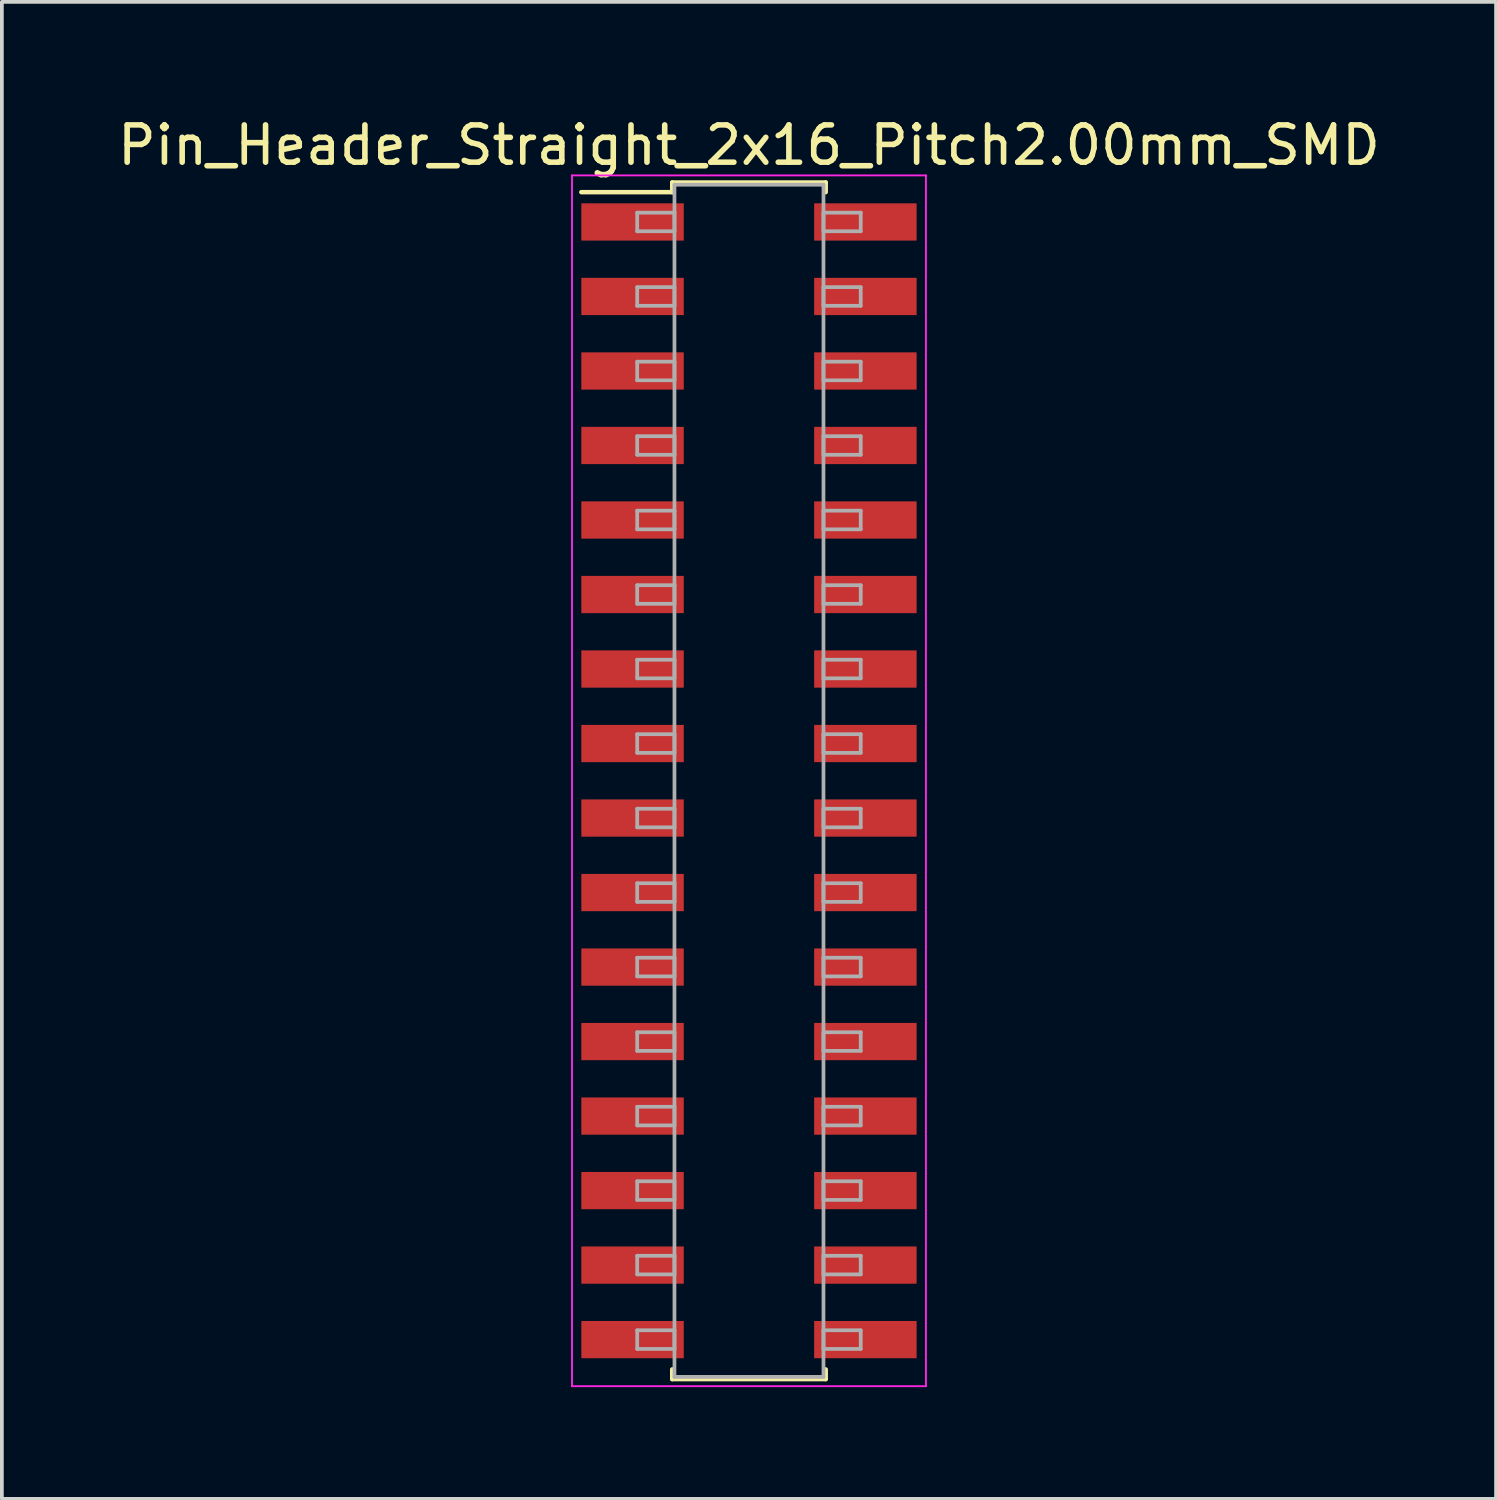
<source format=kicad_pcb>
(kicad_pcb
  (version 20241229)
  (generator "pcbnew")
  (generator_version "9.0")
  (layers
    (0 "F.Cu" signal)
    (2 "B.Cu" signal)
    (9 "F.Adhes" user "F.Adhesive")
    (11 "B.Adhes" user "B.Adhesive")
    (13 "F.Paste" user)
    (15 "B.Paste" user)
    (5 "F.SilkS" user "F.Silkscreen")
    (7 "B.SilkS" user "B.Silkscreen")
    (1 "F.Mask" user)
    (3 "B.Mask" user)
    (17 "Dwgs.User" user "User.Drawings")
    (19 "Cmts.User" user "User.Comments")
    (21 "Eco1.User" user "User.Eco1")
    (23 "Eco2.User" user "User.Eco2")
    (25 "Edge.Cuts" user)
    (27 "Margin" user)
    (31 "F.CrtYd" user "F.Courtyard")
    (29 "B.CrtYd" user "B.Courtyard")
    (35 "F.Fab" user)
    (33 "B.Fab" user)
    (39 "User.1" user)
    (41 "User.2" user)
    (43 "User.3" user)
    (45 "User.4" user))
  (footprint "Pin_Header_Straight_2x16_Pitch2.00mm_SMD"
    (layer "F.Cu")
    (at 17.054 17.908)
    (property "Reference" "Pin_Header_Straight_2x16_Pitch2.00mm_SMD" (at 0 -17.06 0) (layer "F.SilkS") (effects (font (size 1 1) (thickness 0.15))))
    (attr smd)
    (fp_line (start -4.5 -15.8) (end -2.06 -15.8) (stroke (width 0.12) (type solid)) (layer "F.SilkS"))
    (fp_line (start -2.06 -16.06) (end 2.06 -16.06) (stroke (width 0.12) (type solid)) (layer "F.SilkS"))
    (fp_line (start -2.06 -15.8) (end -2.06 -16.06) (stroke (width 0.12) (type solid)) (layer "F.SilkS"))
    (fp_line (start -2.06 15.8) (end -2.06 16.06) (stroke (width 0.12) (type solid)) (layer "F.SilkS"))
    (fp_line (start -2.06 16.06) (end 2.06 16.06) (stroke (width 0.12) (type solid)) (layer "F.SilkS"))
    (fp_line (start 2.06 -16.06) (end 2.06 -15.8) (stroke (width 0.12) (type solid)) (layer "F.SilkS"))
    (fp_line (start 2.06 16.06) (end 2.06 15.8) (stroke (width 0.12) (type solid)) (layer "F.SilkS"))
    (fp_line (start -4.75 -16.25) (end -4.75 16.25) (stroke (width 0.05) (type solid)) (layer "F.CrtYd"))
    (fp_line (start -4.75 16.25) (end 4.75 16.25) (stroke (width 0.05) (type solid)) (layer "F.CrtYd"))
    (fp_line (start 4.75 -16.25) (end -4.75 -16.25) (stroke (width 0.05) (type solid)) (layer "F.CrtYd"))
    (fp_line (start 4.75 16.25) (end 4.75 -16.25) (stroke (width 0.05) (type solid)) (layer "F.CrtYd"))
    (fp_line (start -3 -15.25) (end -2 -15.25) (stroke (width 0.1) (type solid)) (layer "F.Fab"))
    (fp_line (start -3 -14.75) (end -3 -15.25) (stroke (width 0.1) (type solid)) (layer "F.Fab"))
    (fp_line (start -3 -13.25) (end -2 -13.25) (stroke (width 0.1) (type solid)) (layer "F.Fab"))
    (fp_line (start -3 -12.75) (end -3 -13.25) (stroke (width 0.1) (type solid)) (layer "F.Fab"))
    (fp_line (start -3 -11.25) (end -2 -11.25) (stroke (width 0.1) (type solid)) (layer "F.Fab"))
    (fp_line (start -3 -10.75) (end -3 -11.25) (stroke (width 0.1) (type solid)) (layer "F.Fab"))
    (fp_line (start -3 -9.25) (end -2 -9.25) (stroke (width 0.1) (type solid)) (layer "F.Fab"))
    (fp_line (start -3 -8.75) (end -3 -9.25) (stroke (width 0.1) (type solid)) (layer "F.Fab"))
    (fp_line (start -3 -7.25) (end -2 -7.25) (stroke (width 0.1) (type solid)) (layer "F.Fab"))
    (fp_line (start -3 -6.75) (end -3 -7.25) (stroke (width 0.1) (type solid)) (layer "F.Fab"))
    (fp_line (start -3 -5.25) (end -2 -5.25) (stroke (width 0.1) (type solid)) (layer "F.Fab"))
    (fp_line (start -3 -4.75) (end -3 -5.25) (stroke (width 0.1) (type solid)) (layer "F.Fab"))
    (fp_line (start -3 -3.25) (end -2 -3.25) (stroke (width 0.1) (type solid)) (layer "F.Fab"))
    (fp_line (start -3 -2.75) (end -3 -3.25) (stroke (width 0.1) (type solid)) (layer "F.Fab"))
    (fp_line (start -3 -1.25) (end -2 -1.25) (stroke (width 0.1) (type solid)) (layer "F.Fab"))
    (fp_line (start -3 -0.75) (end -3 -1.25) (stroke (width 0.1) (type solid)) (layer "F.Fab"))
    (fp_line (start -3 0.75) (end -2 0.75) (stroke (width 0.1) (type solid)) (layer "F.Fab"))
    (fp_line (start -3 1.25) (end -3 0.75) (stroke (width 0.1) (type solid)) (layer "F.Fab"))
    (fp_line (start -3 2.75) (end -2 2.75) (stroke (width 0.1) (type solid)) (layer "F.Fab"))
    (fp_line (start -3 3.25) (end -3 2.75) (stroke (width 0.1) (type solid)) (layer "F.Fab"))
    (fp_line (start -3 4.75) (end -2 4.75) (stroke (width 0.1) (type solid)) (layer "F.Fab"))
    (fp_line (start -3 5.25) (end -3 4.75) (stroke (width 0.1) (type solid)) (layer "F.Fab"))
    (fp_line (start -3 6.75) (end -2 6.75) (stroke (width 0.1) (type solid)) (layer "F.Fab"))
    (fp_line (start -3 7.25) (end -3 6.75) (stroke (width 0.1) (type solid)) (layer "F.Fab"))
    (fp_line (start -3 8.75) (end -2 8.75) (stroke (width 0.1) (type solid)) (layer "F.Fab"))
    (fp_line (start -3 9.25) (end -3 8.75) (stroke (width 0.1) (type solid)) (layer "F.Fab"))
    (fp_line (start -3 10.75) (end -2 10.75) (stroke (width 0.1) (type solid)) (layer "F.Fab"))
    (fp_line (start -3 11.25) (end -3 10.75) (stroke (width 0.1) (type solid)) (layer "F.Fab"))
    (fp_line (start -3 12.75) (end -2 12.75) (stroke (width 0.1) (type solid)) (layer "F.Fab"))
    (fp_line (start -3 13.25) (end -3 12.75) (stroke (width 0.1) (type solid)) (layer "F.Fab"))
    (fp_line (start -3 14.75) (end -2 14.75) (stroke (width 0.1) (type solid)) (layer "F.Fab"))
    (fp_line (start -3 15.25) (end -3 14.75) (stroke (width 0.1) (type solid)) (layer "F.Fab"))
    (fp_line (start -2 -16) (end -2 16) (stroke (width 0.1) (type solid)) (layer "F.Fab"))
    (fp_line (start -2 -15.25) (end -2 -14.75) (stroke (width 0.1) (type solid)) (layer "F.Fab"))
    (fp_line (start -2 -14.75) (end -3 -14.75) (stroke (width 0.1) (type solid)) (layer "F.Fab"))
    (fp_line (start -2 -13.25) (end -2 -12.75) (stroke (width 0.1) (type solid)) (layer "F.Fab"))
    (fp_line (start -2 -12.75) (end -3 -12.75) (stroke (width 0.1) (type solid)) (layer "F.Fab"))
    (fp_line (start -2 -11.25) (end -2 -10.75) (stroke (width 0.1) (type solid)) (layer "F.Fab"))
    (fp_line (start -2 -10.75) (end -3 -10.75) (stroke (width 0.1) (type solid)) (layer "F.Fab"))
    (fp_line (start -2 -9.25) (end -2 -8.75) (stroke (width 0.1) (type solid)) (layer "F.Fab"))
    (fp_line (start -2 -8.75) (end -3 -8.75) (stroke (width 0.1) (type solid)) (layer "F.Fab"))
    (fp_line (start -2 -7.25) (end -2 -6.75) (stroke (width 0.1) (type solid)) (layer "F.Fab"))
    (fp_line (start -2 -6.75) (end -3 -6.75) (stroke (width 0.1) (type solid)) (layer "F.Fab"))
    (fp_line (start -2 -5.25) (end -2 -4.75) (stroke (width 0.1) (type solid)) (layer "F.Fab"))
    (fp_line (start -2 -4.75) (end -3 -4.75) (stroke (width 0.1) (type solid)) (layer "F.Fab"))
    (fp_line (start -2 -3.25) (end -2 -2.75) (stroke (width 0.1) (type solid)) (layer "F.Fab"))
    (fp_line (start -2 -2.75) (end -3 -2.75) (stroke (width 0.1) (type solid)) (layer "F.Fab"))
    (fp_line (start -2 -1.25) (end -2 -0.75) (stroke (width 0.1) (type solid)) (layer "F.Fab"))
    (fp_line (start -2 -0.75) (end -3 -0.75) (stroke (width 0.1) (type solid)) (layer "F.Fab"))
    (fp_line (start -2 0.75) (end -2 1.25) (stroke (width 0.1) (type solid)) (layer "F.Fab"))
    (fp_line (start -2 1.25) (end -3 1.25) (stroke (width 0.1) (type solid)) (layer "F.Fab"))
    (fp_line (start -2 2.75) (end -2 3.25) (stroke (width 0.1) (type solid)) (layer "F.Fab"))
    (fp_line (start -2 3.25) (end -3 3.25) (stroke (width 0.1) (type solid)) (layer "F.Fab"))
    (fp_line (start -2 4.75) (end -2 5.25) (stroke (width 0.1) (type solid)) (layer "F.Fab"))
    (fp_line (start -2 5.25) (end -3 5.25) (stroke (width 0.1) (type solid)) (layer "F.Fab"))
    (fp_line (start -2 6.75) (end -2 7.25) (stroke (width 0.1) (type solid)) (layer "F.Fab"))
    (fp_line (start -2 7.25) (end -3 7.25) (stroke (width 0.1) (type solid)) (layer "F.Fab"))
    (fp_line (start -2 8.75) (end -2 9.25) (stroke (width 0.1) (type solid)) (layer "F.Fab"))
    (fp_line (start -2 9.25) (end -3 9.25) (stroke (width 0.1) (type solid)) (layer "F.Fab"))
    (fp_line (start -2 10.75) (end -2 11.25) (stroke (width 0.1) (type solid)) (layer "F.Fab"))
    (fp_line (start -2 11.25) (end -3 11.25) (stroke (width 0.1) (type solid)) (layer "F.Fab"))
    (fp_line (start -2 12.75) (end -2 13.25) (stroke (width 0.1) (type solid)) (layer "F.Fab"))
    (fp_line (start -2 13.25) (end -3 13.25) (stroke (width 0.1) (type solid)) (layer "F.Fab"))
    (fp_line (start -2 14.75) (end -2 15.25) (stroke (width 0.1) (type solid)) (layer "F.Fab"))
    (fp_line (start -2 15.25) (end -3 15.25) (stroke (width 0.1) (type solid)) (layer "F.Fab"))
    (fp_line (start -2 16) (end 2 16) (stroke (width 0.1) (type solid)) (layer "F.Fab"))
    (fp_line (start 2 -16) (end -2 -16) (stroke (width 0.1) (type solid)) (layer "F.Fab"))
    (fp_line (start 2 -15.25) (end 2 -14.75) (stroke (width 0.1) (type solid)) (layer "F.Fab"))
    (fp_line (start 2 -14.75) (end 3 -14.75) (stroke (width 0.1) (type solid)) (layer "F.Fab"))
    (fp_line (start 2 -13.25) (end 2 -12.75) (stroke (width 0.1) (type solid)) (layer "F.Fab"))
    (fp_line (start 2 -12.75) (end 3 -12.75) (stroke (width 0.1) (type solid)) (layer "F.Fab"))
    (fp_line (start 2 -11.25) (end 2 -10.75) (stroke (width 0.1) (type solid)) (layer "F.Fab"))
    (fp_line (start 2 -10.75) (end 3 -10.75) (stroke (width 0.1) (type solid)) (layer "F.Fab"))
    (fp_line (start 2 -9.25) (end 2 -8.75) (stroke (width 0.1) (type solid)) (layer "F.Fab"))
    (fp_line (start 2 -8.75) (end 3 -8.75) (stroke (width 0.1) (type solid)) (layer "F.Fab"))
    (fp_line (start 2 -7.25) (end 2 -6.75) (stroke (width 0.1) (type solid)) (layer "F.Fab"))
    (fp_line (start 2 -6.75) (end 3 -6.75) (stroke (width 0.1) (type solid)) (layer "F.Fab"))
    (fp_line (start 2 -5.25) (end 2 -4.75) (stroke (width 0.1) (type solid)) (layer "F.Fab"))
    (fp_line (start 2 -4.75) (end 3 -4.75) (stroke (width 0.1) (type solid)) (layer "F.Fab"))
    (fp_line (start 2 -3.25) (end 2 -2.75) (stroke (width 0.1) (type solid)) (layer "F.Fab"))
    (fp_line (start 2 -2.75) (end 3 -2.75) (stroke (width 0.1) (type solid)) (layer "F.Fab"))
    (fp_line (start 2 -1.25) (end 2 -0.75) (stroke (width 0.1) (type solid)) (layer "F.Fab"))
    (fp_line (start 2 -0.75) (end 3 -0.75) (stroke (width 0.1) (type solid)) (layer "F.Fab"))
    (fp_line (start 2 0.75) (end 2 1.25) (stroke (width 0.1) (type solid)) (layer "F.Fab"))
    (fp_line (start 2 1.25) (end 3 1.25) (stroke (width 0.1) (type solid)) (layer "F.Fab"))
    (fp_line (start 2 2.75) (end 2 3.25) (stroke (width 0.1) (type solid)) (layer "F.Fab"))
    (fp_line (start 2 3.25) (end 3 3.25) (stroke (width 0.1) (type solid)) (layer "F.Fab"))
    (fp_line (start 2 4.75) (end 2 5.25) (stroke (width 0.1) (type solid)) (layer "F.Fab"))
    (fp_line (start 2 5.25) (end 3 5.25) (stroke (width 0.1) (type solid)) (layer "F.Fab"))
    (fp_line (start 2 6.75) (end 2 7.25) (stroke (width 0.1) (type solid)) (layer "F.Fab"))
    (fp_line (start 2 7.25) (end 3 7.25) (stroke (width 0.1) (type solid)) (layer "F.Fab"))
    (fp_line (start 2 8.75) (end 2 9.25) (stroke (width 0.1) (type solid)) (layer "F.Fab"))
    (fp_line (start 2 9.25) (end 3 9.25) (stroke (width 0.1) (type solid)) (layer "F.Fab"))
    (fp_line (start 2 10.75) (end 2 11.25) (stroke (width 0.1) (type solid)) (layer "F.Fab"))
    (fp_line (start 2 11.25) (end 3 11.25) (stroke (width 0.1) (type solid)) (layer "F.Fab"))
    (fp_line (start 2 12.75) (end 2 13.25) (stroke (width 0.1) (type solid)) (layer "F.Fab"))
    (fp_line (start 2 13.25) (end 3 13.25) (stroke (width 0.1) (type solid)) (layer "F.Fab"))
    (fp_line (start 2 14.75) (end 2 15.25) (stroke (width 0.1) (type solid)) (layer "F.Fab"))
    (fp_line (start 2 15.25) (end 3 15.25) (stroke (width 0.1) (type solid)) (layer "F.Fab"))
    (fp_line (start 2 16) (end 2 -16) (stroke (width 0.1) (type solid)) (layer "F.Fab"))
    (fp_line (start 3 -15.25) (end 2 -15.25) (stroke (width 0.1) (type solid)) (layer "F.Fab"))
    (fp_line (start 3 -14.75) (end 3 -15.25) (stroke (width 0.1) (type solid)) (layer "F.Fab"))
    (fp_line (start 3 -13.25) (end 2 -13.25) (stroke (width 0.1) (type solid)) (layer "F.Fab"))
    (fp_line (start 3 -12.75) (end 3 -13.25) (stroke (width 0.1) (type solid)) (layer "F.Fab"))
    (fp_line (start 3 -11.25) (end 2 -11.25) (stroke (width 0.1) (type solid)) (layer "F.Fab"))
    (fp_line (start 3 -10.75) (end 3 -11.25) (stroke (width 0.1) (type solid)) (layer "F.Fab"))
    (fp_line (start 3 -9.25) (end 2 -9.25) (stroke (width 0.1) (type solid)) (layer "F.Fab"))
    (fp_line (start 3 -8.75) (end 3 -9.25) (stroke (width 0.1) (type solid)) (layer "F.Fab"))
    (fp_line (start 3 -7.25) (end 2 -7.25) (stroke (width 0.1) (type solid)) (layer "F.Fab"))
    (fp_line (start 3 -6.75) (end 3 -7.25) (stroke (width 0.1) (type solid)) (layer "F.Fab"))
    (fp_line (start 3 -5.25) (end 2 -5.25) (stroke (width 0.1) (type solid)) (layer "F.Fab"))
    (fp_line (start 3 -4.75) (end 3 -5.25) (stroke (width 0.1) (type solid)) (layer "F.Fab"))
    (fp_line (start 3 -3.25) (end 2 -3.25) (stroke (width 0.1) (type solid)) (layer "F.Fab"))
    (fp_line (start 3 -2.75) (end 3 -3.25) (stroke (width 0.1) (type solid)) (layer "F.Fab"))
    (fp_line (start 3 -1.25) (end 2 -1.25) (stroke (width 0.1) (type solid)) (layer "F.Fab"))
    (fp_line (start 3 -0.75) (end 3 -1.25) (stroke (width 0.1) (type solid)) (layer "F.Fab"))
    (fp_line (start 3 0.75) (end 2 0.75) (stroke (width 0.1) (type solid)) (layer "F.Fab"))
    (fp_line (start 3 1.25) (end 3 0.75) (stroke (width 0.1) (type solid)) (layer "F.Fab"))
    (fp_line (start 3 2.75) (end 2 2.75) (stroke (width 0.1) (type solid)) (layer "F.Fab"))
    (fp_line (start 3 3.25) (end 3 2.75) (stroke (width 0.1) (type solid)) (layer "F.Fab"))
    (fp_line (start 3 4.75) (end 2 4.75) (stroke (width 0.1) (type solid)) (layer "F.Fab"))
    (fp_line (start 3 5.25) (end 3 4.75) (stroke (width 0.1) (type solid)) (layer "F.Fab"))
    (fp_line (start 3 6.75) (end 2 6.75) (stroke (width 0.1) (type solid)) (layer "F.Fab"))
    (fp_line (start 3 7.25) (end 3 6.75) (stroke (width 0.1) (type solid)) (layer "F.Fab"))
    (fp_line (start 3 8.75) (end 2 8.75) (stroke (width 0.1) (type solid)) (layer "F.Fab"))
    (fp_line (start 3 9.25) (end 3 8.75) (stroke (width 0.1) (type solid)) (layer "F.Fab"))
    (fp_line (start 3 10.75) (end 2 10.75) (stroke (width 0.1) (type solid)) (layer "F.Fab"))
    (fp_line (start 3 11.25) (end 3 10.75) (stroke (width 0.1) (type solid)) (layer "F.Fab"))
    (fp_line (start 3 12.75) (end 2 12.75) (stroke (width 0.1) (type solid)) (layer "F.Fab"))
    (fp_line (start 3 13.25) (end 3 12.75) (stroke (width 0.1) (type solid)) (layer "F.Fab"))
    (fp_line (start 3 14.75) (end 2 14.75) (stroke (width 0.1) (type solid)) (layer "F.Fab"))
    (fp_line (start 3 15.25) (end 3 14.75) (stroke (width 0.1) (type solid)) (layer "F.Fab"))
    (pad "1" smd rect (at -3.125 -15) (size 2.75 1) (layers "F.Cu" "F.Mask"))
    (pad "2" smd rect (at 3.125 -15) (size 2.75 1) (layers "F.Cu" "F.Mask"))
    (pad "3" smd rect (at -3.125 -13) (size 2.75 1) (layers "F.Cu" "F.Mask"))
    (pad "4" smd rect (at 3.125 -13) (size 2.75 1) (layers "F.Cu" "F.Mask"))
    (pad "5" smd rect (at -3.125 -11) (size 2.75 1) (layers "F.Cu" "F.Mask"))
    (pad "6" smd rect (at 3.125 -11) (size 2.75 1) (layers "F.Cu" "F.Mask"))
    (pad "7" smd rect (at -3.125 -9) (size 2.75 1) (layers "F.Cu" "F.Mask"))
    (pad "8" smd rect (at 3.125 -9) (size 2.75 1) (layers "F.Cu" "F.Mask"))
    (pad "9" smd rect (at -3.125 -7) (size 2.75 1) (layers "F.Cu" "F.Mask"))
    (pad "10" smd rect (at 3.125 -7) (size 2.75 1) (layers "F.Cu" "F.Mask"))
    (pad "11" smd rect (at -3.125 -5) (size 2.75 1) (layers "F.Cu" "F.Mask"))
    (pad "12" smd rect (at 3.125 -5) (size 2.75 1) (layers "F.Cu" "F.Mask"))
    (pad "13" smd rect (at -3.125 -3) (size 2.75 1) (layers "F.Cu" "F.Mask"))
    (pad "14" smd rect (at 3.125 -3) (size 2.75 1) (layers "F.Cu" "F.Mask"))
    (pad "15" smd rect (at -3.125 -1) (size 2.75 1) (layers "F.Cu" "F.Mask"))
    (pad "16" smd rect (at 3.125 -1) (size 2.75 1) (layers "F.Cu" "F.Mask"))
    (pad "17" smd rect (at -3.125 1) (size 2.75 1) (layers "F.Cu" "F.Mask"))
    (pad "18" smd rect (at 3.125 1) (size 2.75 1) (layers "F.Cu" "F.Mask"))
    (pad "19" smd rect (at -3.125 3) (size 2.75 1) (layers "F.Cu" "F.Mask"))
    (pad "20" smd rect (at 3.125 3) (size 2.75 1) (layers "F.Cu" "F.Mask"))
    (pad "21" smd rect (at -3.125 5) (size 2.75 1) (layers "F.Cu" "F.Mask"))
    (pad "22" smd rect (at 3.125 5) (size 2.75 1) (layers "F.Cu" "F.Mask"))
    (pad "23" smd rect (at -3.125 7) (size 2.75 1) (layers "F.Cu" "F.Mask"))
    (pad "24" smd rect (at 3.125 7) (size 2.75 1) (layers "F.Cu" "F.Mask"))
    (pad "25" smd rect (at -3.125 9) (size 2.75 1) (layers "F.Cu" "F.Mask"))
    (pad "26" smd rect (at 3.125 9) (size 2.75 1) (layers "F.Cu" "F.Mask"))
    (pad "27" smd rect (at -3.125 11) (size 2.75 1) (layers "F.Cu" "F.Mask"))
    (pad "28" smd rect (at 3.125 11) (size 2.75 1) (layers "F.Cu" "F.Mask"))
    (pad "29" smd rect (at -3.125 13) (size 2.75 1) (layers "F.Cu" "F.Mask"))
    (pad "30" smd rect (at 3.125 13) (size 2.75 1) (layers "F.Cu" "F.Mask"))
    (pad "31" smd rect (at -3.125 15) (size 2.75 1) (layers "F.Cu" "F.Mask"))
    (pad "32" smd rect (at 3.125 15) (size 2.75 1) (layers "F.Cu" "F.Mask")))
  (gr_rect
    (start -3 -3)
    (end 37.107 37.183)
    (stroke (width 0.1) (type default))
    (fill no)
    (layer "Edge.Cuts")))
</source>
